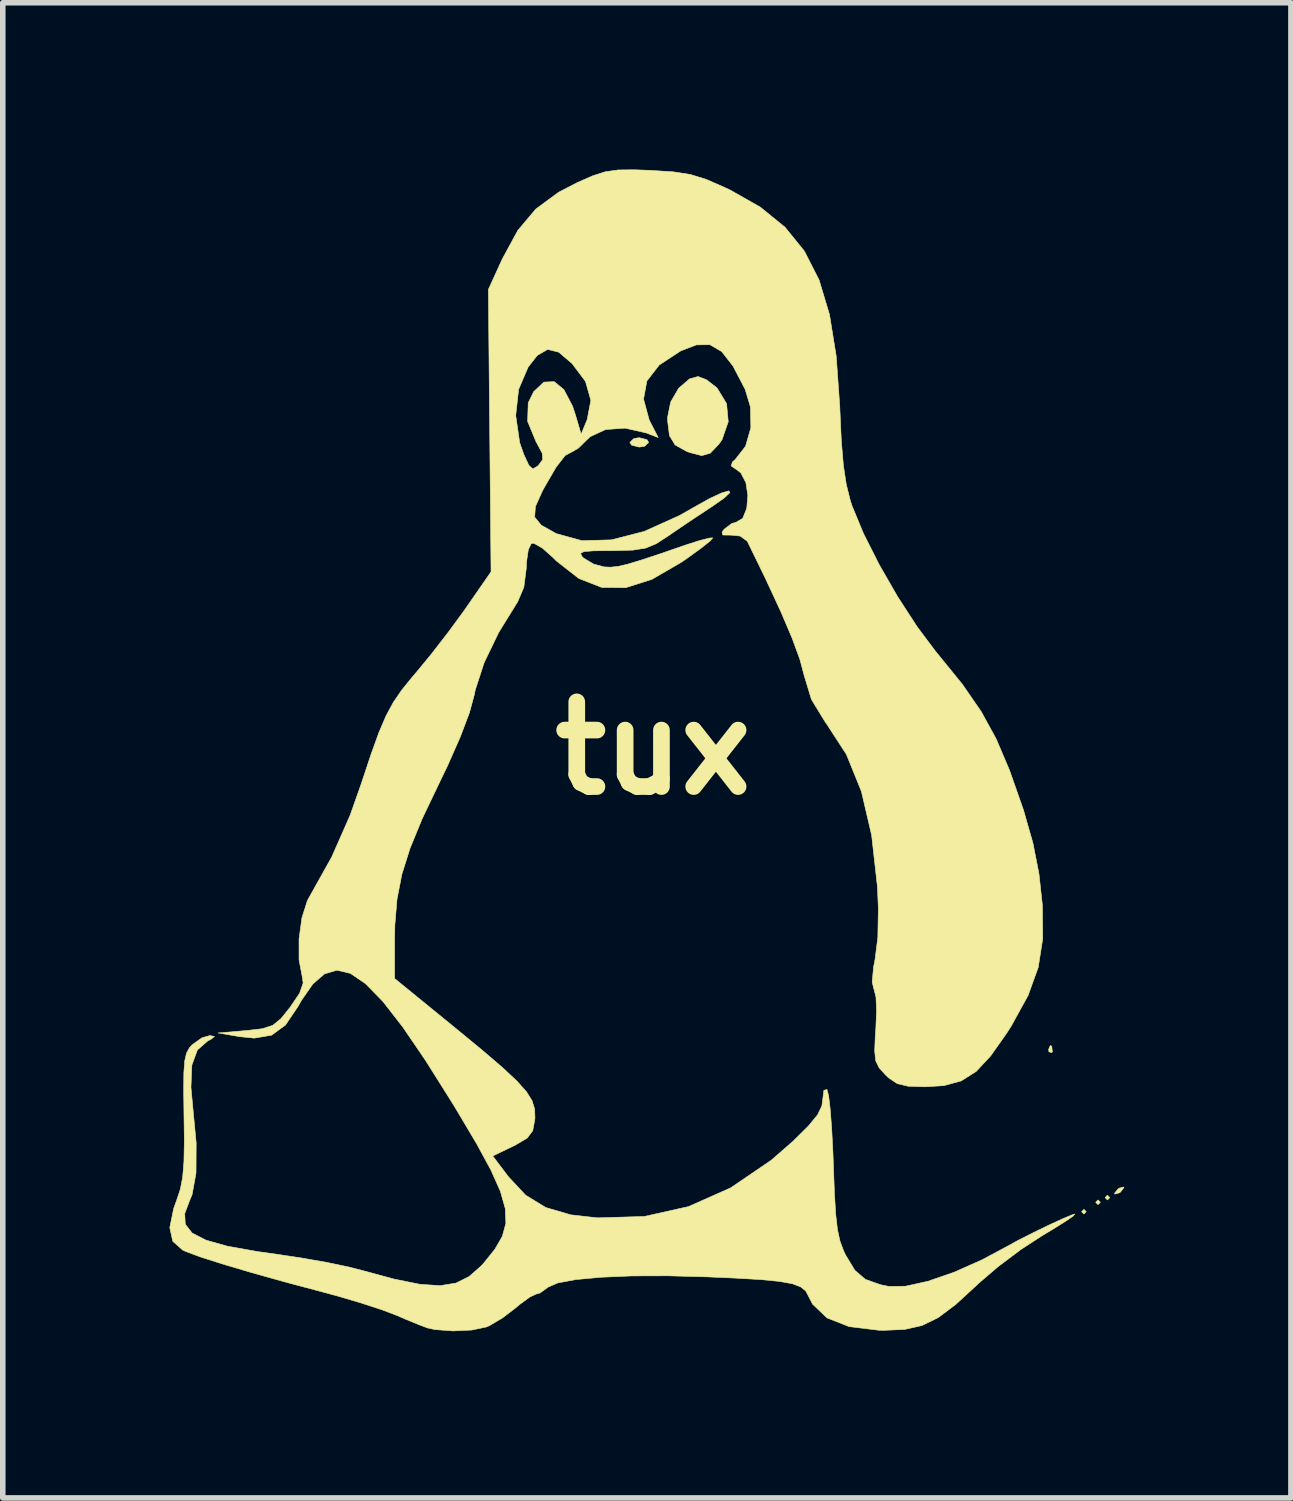
<source format=kicad_pcb>
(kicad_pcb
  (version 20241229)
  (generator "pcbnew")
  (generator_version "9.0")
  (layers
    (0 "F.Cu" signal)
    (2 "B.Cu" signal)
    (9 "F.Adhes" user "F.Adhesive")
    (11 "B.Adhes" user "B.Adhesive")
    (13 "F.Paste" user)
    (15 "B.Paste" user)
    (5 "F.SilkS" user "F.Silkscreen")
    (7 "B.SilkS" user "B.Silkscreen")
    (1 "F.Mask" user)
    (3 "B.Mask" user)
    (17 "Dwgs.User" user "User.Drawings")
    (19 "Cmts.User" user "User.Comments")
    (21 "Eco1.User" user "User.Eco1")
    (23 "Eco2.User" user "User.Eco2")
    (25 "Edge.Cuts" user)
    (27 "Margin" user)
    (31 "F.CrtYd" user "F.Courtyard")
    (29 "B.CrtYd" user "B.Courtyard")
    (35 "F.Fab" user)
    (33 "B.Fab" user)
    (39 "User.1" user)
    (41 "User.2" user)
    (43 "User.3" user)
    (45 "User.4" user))
  (footprint "tux"
    (layer "F.Cu")
    (at 8.707 10.414)
    (property "Reference" "tux" (at 0 0 0) (layer "F.SilkS") (effects (font (size 1.524 1.524) (thickness 0.3))))
    (attr board_only exclude_from_pos_files exclude_from_bom allow_missing_courtyard)
    (fp_poly (pts (xy 7.789 8.34) (xy 7.747 8.382) (xy 7.705 8.34) (xy 7.747 8.297) (xy 7.789 8.34)) (stroke (width 0.01) (type solid)) (fill yes) (layer "F.SilkS"))
    (fp_poly (pts (xy 8.043 8.17) (xy 8.001 8.213) (xy 7.959 8.17) (xy 8.001 8.128) (xy 8.043 8.17)) (stroke (width 0.01) (type solid)) (fill yes) (layer "F.SilkS"))
    (fp_poly (pts (xy 8.213 8.086) (xy 8.17 8.128) (xy 8.128 8.086) (xy 8.17 8.043) (xy 8.213 8.086)) (stroke (width 0.01) (type solid)) (fill yes) (layer "F.SilkS"))
    (fp_poly (pts (xy 7.168 5.362) (xy 7.179 5.463) (xy 7.168 5.475) (xy 7.118 5.463) (xy 7.112 5.419) (xy 7.143 5.349) (xy 7.168 5.362)) (stroke (width 0.01) (type solid)) (fill yes) (layer "F.SilkS"))
    (fp_poly (pts (xy -0.116 -5.553) (xy -0.085 -5.503) (xy -0.156 -5.435) (xy -0.254 -5.419) (xy -0.392 -5.454) (xy -0.423 -5.503) (xy -0.352 -5.572) (xy -0.254 -5.588) (xy -0.116 -5.553)) (stroke (width 0.01) (type solid)) (fill yes) (layer "F.SilkS"))
    (fp_poly (pts (xy 8.467 7.906) (xy 8.407 7.984) (xy 8.382 8.001) (xy 8.303 8.023) (xy 8.297 8.011) (xy 8.357 7.934) (xy 8.382 7.916) (xy 8.461 7.895) (xy 8.467 7.906)) (stroke (width 0.01) (type solid)) (fill yes) (layer "F.SilkS"))
    (fp_poly (pts (xy 0.953 -6.632) (xy 1.132 -6.495) (xy 1.147 -6.481) (xy 1.317 -6.201) (xy 1.347 -5.875) (xy 1.236 -5.554) (xy 1.179 -5.472) (xy 1.024 -5.31) (xy 0.87 -5.265) (xy 0.649 -5.323) (xy 0.595 -5.344) (xy 0.392 -5.457) (xy 0.289 -5.625) (xy 0.256 -5.897) (xy 0.255 -5.952) (xy 0.311 -6.23) (xy 0.455 -6.478) (xy 0.65 -6.646) (xy 0.804 -6.689) (xy 0.953 -6.632)) (stroke (width 0.01) (type solid)) (fill yes) (layer "F.SilkS"))
    (fp_poly (pts (xy -0.05 -10.398) (xy 0.357 -10.372) (xy 0.667 -10.324) (xy 0.952 -10.236) (xy 1.283 -10.091) (xy 1.377 -10.047) (xy 1.924 -9.737) (xy 2.368 -9.376) (xy 2.717 -8.946) (xy 2.981 -8.428) (xy 3.169 -7.804) (xy 3.29 -7.056) (xy 3.353 -6.165) (xy 3.356 -6.096) (xy 3.382 -5.527) (xy 3.419 -5.09) (xy 3.471 -4.747) (xy 3.543 -4.459) (xy 3.575 -4.36) (xy 3.778 -3.87) (xy 4.061 -3.308) (xy 4.394 -2.729) (xy 4.745 -2.188) (xy 5.082 -1.738) (xy 5.122 -1.69) (xy 5.562 -1.148) (xy 5.9 -0.658) (xy 6.168 -0.169) (xy 6.399 0.373) (xy 6.418 0.423) (xy 6.66 1.113) (xy 6.83 1.708) (xy 6.938 2.258) (xy 6.999 2.816) (xy 7 2.836) (xy 7.006 3.425) (xy 6.925 3.944) (xy 6.742 4.449) (xy 6.444 4.991) (xy 6.361 5.122) (xy 6.07 5.535) (xy 5.808 5.816) (xy 5.539 5.986) (xy 5.227 6.071) (xy 4.886 6.092) (xy 4.584 6.082) (xy 4.386 6.034) (xy 4.23 5.929) (xy 4.176 5.877) (xy 4.063 5.751) (xy 4.001 5.625) (xy 3.982 5.449) (xy 3.993 5.173) (xy 4.003 5.04) (xy 4.016 4.724) (xy 4.005 4.477) (xy 3.973 4.346) (xy 3.97 4.342) (xy 3.937 4.206) (xy 3.962 3.94) (xy 3.988 3.805) (xy 4.039 3.401) (xy 4.048 2.873) (xy 4.031 2.488) (xy 3.927 1.563) (xy 3.743 0.776) (xy 3.474 0.112) (xy 3.115 -0.441) (xy 3.099 -0.461) (xy 2.844 -0.878) (xy 2.712 -1.314) (xy 2.635 -1.603) (xy 2.498 -1.977) (xy 2.296 -2.452) (xy 2.022 -3.043) (xy 1.69 -3.725) (xy 1.562 -3.818) (xy 1.399 -3.835) (xy 1.248 -3.837) (xy 1.237 -3.892) (xy 1.274 -3.941) (xy 1.413 -4.046) (xy 1.483 -4.064) (xy 1.607 -4.136) (xy 1.68 -4.316) (xy 1.7 -4.548) (xy 1.665 -4.78) (xy 1.573 -4.955) (xy 1.517 -4.999) (xy 1.399 -5.081) (xy 1.425 -5.155) (xy 1.471 -5.193) (xy 1.659 -5.434) (xy 1.754 -5.767) (xy 1.747 -6.14) (xy 1.651 -6.459) (xy 1.434 -6.875) (xy 1.229 -7.138) (xy 1.016 -7.262) (xy 0.772 -7.258) (xy 0.492 -7.15) (xy 0.105 -6.896) (xy -0.117 -6.609) (xy -0.177 -6.283) (xy -0.077 -5.912) (xy -0.041 -5.839) (xy 0.087 -5.591) (xy -0.131 -5.674) (xy -0.509 -5.76) (xy -0.86 -5.735) (xy -1.137 -5.607) (xy -1.201 -5.546) (xy -1.35 -5.4) (xy -1.462 -5.334) (xy -1.466 -5.334) (xy -1.588 -5.267) (xy -1.749 -5.06) (xy -1.956 -4.704) (xy -1.997 -4.629) (xy -2.123 -4.348) (xy -2.136 -4.159) (xy -2.018 -4.014) (xy -1.756 -3.867) (xy -1.74 -3.86) (xy -1.284 -3.735) (xy -0.753 -3.75) (xy -0.163 -3.902) (xy 0.471 -4.188) (xy 0.704 -4.321) (xy 1.005 -4.49) (xy 1.227 -4.594) (xy 1.357 -4.631) (xy 1.377 -4.601) (xy 1.274 -4.502) (xy 1.046 -4.343) (xy 0.73 -4.135) (xy 0.398 -3.911) (xy 0.262 -3.817) (xy 0.05 -3.68) (xy -0.141 -3.601) (xy -0.37 -3.565) (xy -0.699 -3.556) (xy -0.751 -3.556) (xy -1.071 -3.553) (xy -1.249 -3.539) (xy -1.311 -3.507) (xy -1.284 -3.451) (xy -1.258 -3.423) (xy -1.074 -3.313) (xy -0.885 -3.263) (xy -0.772 -3.258) (xy -0.642 -3.271) (xy -0.467 -3.311) (xy -0.218 -3.386) (xy 0.135 -3.503) (xy 0.583 -3.658) (xy 0.834 -3.738) (xy 1.013 -3.783) (xy 1.069 -3.785) (xy 1.018 -3.727) (xy 0.857 -3.599) (xy 0.615 -3.424) (xy 0.499 -3.344) (xy -0.027 -3.039) (xy -0.499 -2.889) (xy -0.931 -2.894) (xy -1.342 -3.055) (xy -1.747 -3.372) (xy -1.812 -3.437) (xy -1.997 -3.601) (xy -2.145 -3.686) (xy -2.196 -3.686) (xy -2.25 -3.575) (xy -2.282 -3.358) (xy -2.286 -3.247) (xy -2.331 -2.896) (xy -2.441 -2.638) (xy -2.783 -2.084) (xy -3.045 -1.541) (xy -3.204 -1.053) (xy -3.223 -0.961) (xy -3.31 -0.64) (xy -3.473 -0.208) (xy -3.699 0.305) (xy -3.858 0.635) (xy -4.16 1.268) (xy -4.378 1.799) (xy -4.526 2.268) (xy -4.613 2.716) (xy -4.652 3.182) (xy -4.657 3.444) (xy -4.657 4.143) (xy -3.56 5.038) (xy -3.079 5.434) (xy -2.717 5.744) (xy -2.457 5.987) (xy -2.284 6.18) (xy -2.183 6.342) (xy -2.137 6.491) (xy -2.131 6.645) (xy -2.134 6.684) (xy -2.171 6.882) (xy -2.27 7.014) (xy -2.478 7.138) (xy -2.525 7.161) (xy -2.891 7.337) (xy -2.608 7.711) (xy -2.299 8.042) (xy -1.937 8.264) (xy -1.485 8.396) (xy -1.008 8.45) (xy -0.163 8.425) (xy 0.633 8.247) (xy 1.391 7.91) (xy 2.122 7.412) (xy 2.511 7.073) (xy 2.787 6.8) (xy 2.954 6.598) (xy 3.032 6.435) (xy 3.048 6.315) (xy 3.068 6.156) (xy 3.121 6.14) (xy 3.124 6.143) (xy 3.153 6.252) (xy 3.182 6.498) (xy 3.209 6.851) (xy 3.231 7.277) (xy 3.239 7.494) (xy 3.258 8.009) (xy 3.281 8.389) (xy 3.313 8.666) (xy 3.359 8.873) (xy 3.423 9.044) (xy 3.46 9.121) (xy 3.626 9.395) (xy 3.816 9.558) (xy 4.09 9.654) (xy 4.239 9.684) (xy 4.538 9.68) (xy 4.941 9.591) (xy 5.413 9.428) (xy 5.919 9.203) (xy 6.35 8.972) (xy 6.563 8.855) (xy 6.834 8.718) (xy 7.116 8.581) (xy 7.366 8.466) (xy 7.537 8.395) (xy 7.583 8.382) (xy 7.55 8.421) (xy 7.397 8.525) (xy 7.154 8.676) (xy 7.003 8.766) (xy 6.614 9.019) (xy 6.202 9.329) (xy 5.848 9.632) (xy 5.82 9.66) (xy 5.44 10.009) (xy 5.126 10.245) (xy 4.833 10.388) (xy 4.522 10.458) (xy 4.149 10.474) (xy 4.053 10.472) (xy 3.522 10.407) (xy 3.123 10.25) (xy 2.864 10.002) (xy 2.794 9.865) (xy 2.742 9.767) (xy 2.652 9.693) (xy 2.502 9.636) (xy 2.27 9.594) (xy 1.932 9.561) (xy 1.467 9.534) (xy 0.971 9.512) (xy 0.257 9.493) (xy -0.388 9.495) (xy -0.946 9.519) (xy -1.397 9.561) (xy -1.72 9.621) (xy -1.895 9.697) (xy -1.901 9.702) (xy -2.04 9.802) (xy -2.108 9.821) (xy -2.22 9.873) (xy -2.4 10.004) (xy -2.481 10.072) (xy -2.718 10.253) (xy -2.952 10.391) (xy -3.006 10.414) (xy -3.27 10.469) (xy -3.608 10.485) (xy -3.933 10.46) (xy -4.066 10.431) (xy -4.211 10.376) (xy -4.448 10.279) (xy -4.614 10.207) (xy -4.88 10.106) (xy -5.253 9.984) (xy -5.672 9.86) (xy -5.927 9.791) (xy -6.617 9.607) (xy -7.232 9.435) (xy -7.751 9.281) (xy -8.152 9.153) (xy -8.416 9.055) (xy -8.467 9.032) (xy -8.648 8.872) (xy -8.702 8.626) (xy -8.632 8.282) (xy -8.58 8.138) (xy -8.513 7.939) (xy -8.47 7.717) (xy -8.447 7.433) (xy -8.44 7.05) (xy -8.446 6.625) (xy -8.452 6.164) (xy -8.449 5.842) (xy -8.433 5.626) (xy -8.401 5.486) (xy -8.348 5.39) (xy -8.297 5.334) (xy -8.122 5.21) (xy -7.98 5.17) (xy -7.897 5.187) (xy -7.962 5.238) (xy -8.018 5.266) (xy -8.205 5.429) (xy -8.305 5.702) (xy -8.321 6.101) (xy -8.293 6.405) (xy -8.227 7.102) (xy -8.23 7.644) (xy -8.3 8.031) (xy -8.344 8.136) (xy -8.433 8.373) (xy -8.423 8.566) (xy -8.3 8.723) (xy -8.051 8.851) (xy -7.665 8.96) (xy -7.128 9.056) (xy -6.806 9.101) (xy -6.344 9.17) (xy -5.881 9.251) (xy -5.478 9.335) (xy -5.252 9.393) (xy -4.66 9.553) (xy -4.198 9.646) (xy -3.837 9.67) (xy -3.552 9.624) (xy -3.315 9.506) (xy -3.099 9.315) (xy -3.049 9.26) (xy -2.851 9.013) (xy -2.718 8.783) (xy -2.654 8.547) (xy -2.665 8.284) (xy -2.753 7.972) (xy -2.923 7.591) (xy -3.18 7.118) (xy -3.527 6.533) (xy -3.63 6.364) (xy -4.102 5.614) (xy -4.512 5.013) (xy -4.868 4.556) (xy -5.179 4.237) (xy -5.452 4.051) (xy -5.695 3.994) (xy -5.918 4.06) (xy -6.128 4.243) (xy -6.335 4.54) (xy -6.396 4.649) (xy -6.62 4.98) (xy -6.869 5.163) (xy -7.181 5.216) (xy -7.441 5.19) (xy -7.832 5.123) (xy -7.327 5.08) (xy -7.037 5.047) (xy -6.85 4.987) (xy -6.701 4.865) (xy -6.538 4.663) (xy -6.365 4.407) (xy -6.302 4.224) (xy -6.318 4.113) (xy -6.376 3.809) (xy -6.376 3.43) (xy -6.324 3.051) (xy -6.227 2.745) (xy -6.199 2.693) (xy -5.786 1.953) (xy -5.457 1.207) (xy -5.255 0.635) (xy -5.082 0.114) (xy -4.94 -0.28) (xy -4.811 -0.582) (xy -4.679 -0.827) (xy -4.526 -1.05) (xy -4.335 -1.285) (xy -4.264 -1.368) (xy -3.993 -1.697) (xy -3.688 -2.091) (xy -3.408 -2.473) (xy -3.367 -2.532) (xy -2.921 -3.175) (xy -2.945 -5.715) (xy -2.948 -5.987) (xy -2.477 -5.987) (xy -2.406 -5.5) (xy -2.333 -5.29) (xy -2.241 -5.091) (xy -2.171 -5.027) (xy -2.088 -5.073) (xy -2.066 -5.094) (xy -1.991 -5.195) (xy -2 -5.308) (xy -2.099 -5.494) (xy -2.11 -5.512) (xy -2.263 -5.882) (xy -2.252 -6.215) (xy -2.154 -6.416) (xy -1.97 -6.588) (xy -1.785 -6.597) (xy -1.609 -6.452) (xy -1.455 -6.157) (xy -1.404 -6.003) (xy -1.3 -5.651) (xy -1.191 -5.914) (xy -1.125 -6.261) (xy -1.222 -6.601) (xy -1.462 -6.921) (xy -1.703 -7.127) (xy -1.902 -7.177) (xy -2.089 -7.069) (xy -2.254 -6.858) (xy -2.425 -6.457) (xy -2.477 -5.987) (xy -2.948 -5.987) (xy -2.969 -8.255) (xy -2.718 -8.805) (xy -2.44 -9.317) (xy -2.116 -9.702) (xy -1.705 -10.005) (xy -1.375 -10.176) (xy -1.094 -10.3) (xy -0.867 -10.373) (xy -0.635 -10.406) (xy -0.337 -10.409) (xy -0.05 -10.398)) (stroke (width 0.01) (type solid)) (fill yes) (layer "F.SilkS")))
  (gr_rect
    (start -3 -3)
    (end 20.179 23.904)
    (stroke (width 0.1) (type default))
    (fill no)
    (layer "Edge.Cuts")))
</source>
